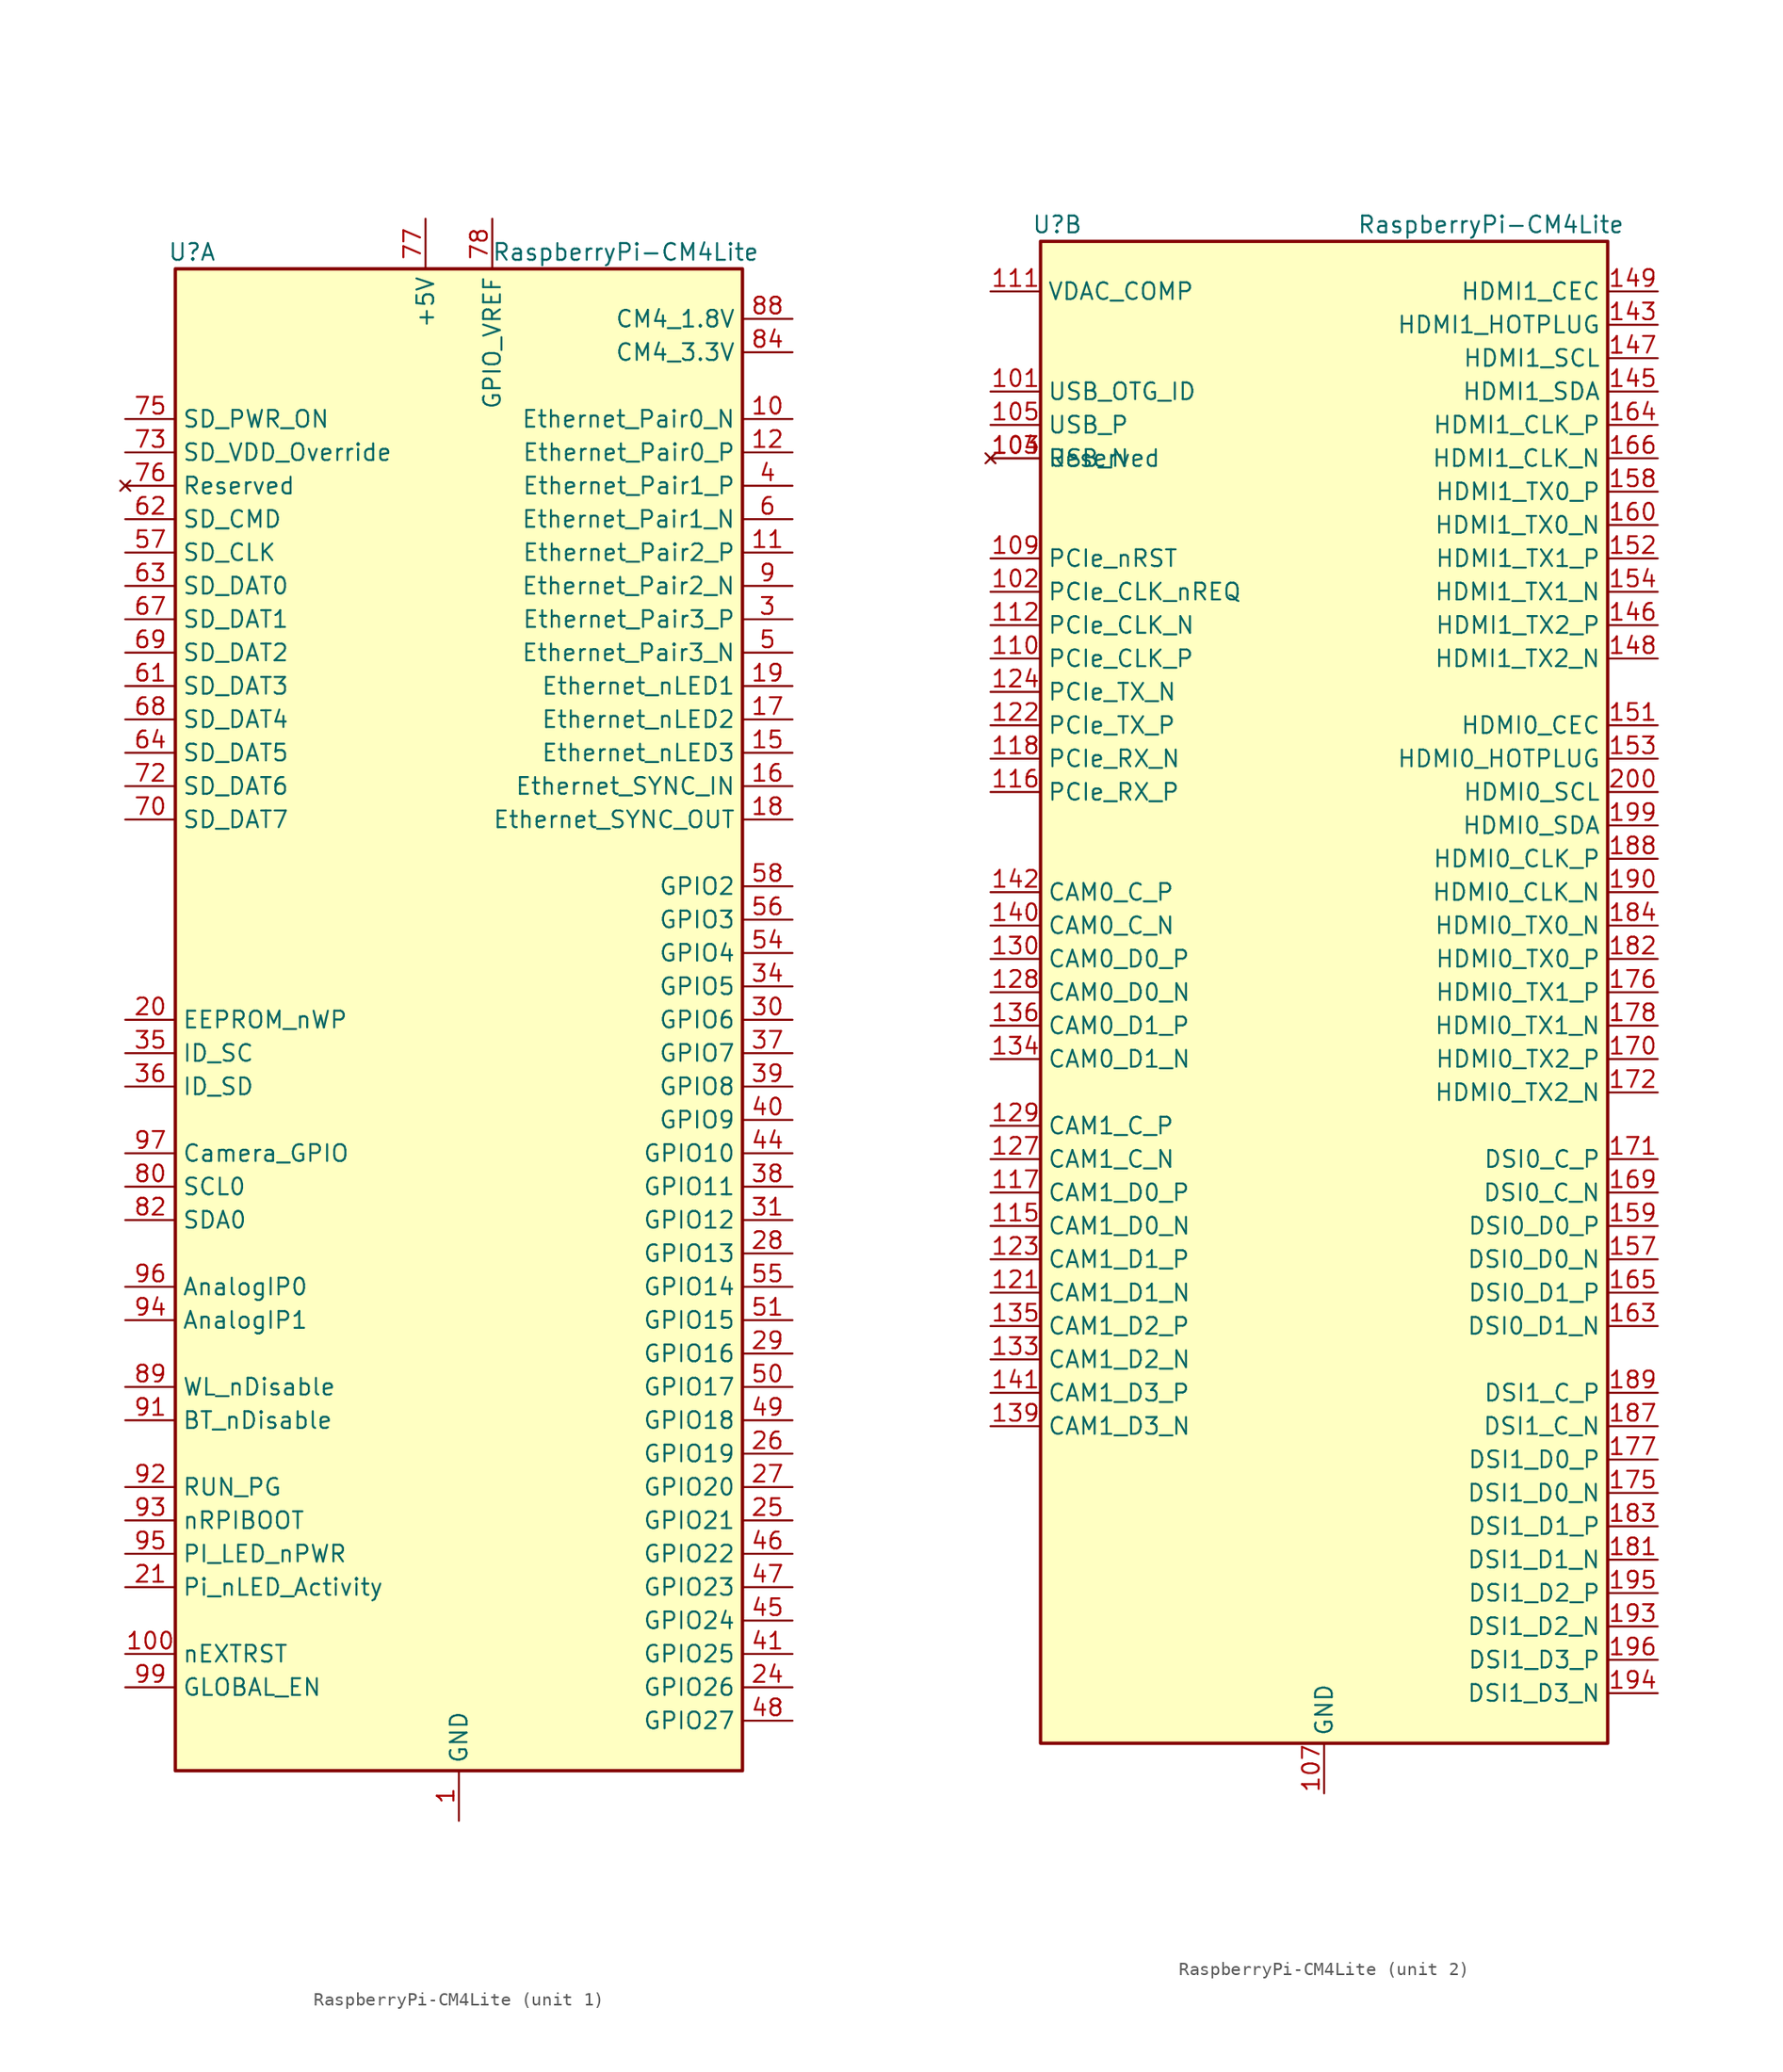
<source format=kicad_sym>
(kicad_symbol_lib
  (version 20211014)
  (generator kicad_symbol_editor)
  (symbol "RaspberryPi-CM4Lite"
    (property "Reference" "U"
      (at -20.32 58.42 0)
      (effects (font (size 1.27 1.27))))
    (property "Value" "RaspberryPi-CM4Lite"
      (at 12.7 58.42 0)
      (effects (font (size 1.27 1.27))))
    (symbol "RaspberryPi-CM4Lite_0_1"
      (rectangle (start 21.59 57.15) (end -21.59 -57.15) (stroke (width 0.254) (type default) (color 0 0 0 0)) (fill (type background))))
    (symbol "RaspberryPi-CM4Lite_1_1"
      (pin power_in line (at 0 -60.96 90) (length 3.81) (name "GND" (effects (font (size 1.27 1.27)))) (number "1" (effects (font (size 1.27 1.27)))))
      (pin bidirectional line (at 25.4 45.72 180) (length 3.81) (name "Ethernet_Pair0_N" (effects (font (size 1.27 1.27)))) (number "10" (effects (font (size 1.27 1.27)))))
      (pin output line (at -25.4 -48.26 0) (length 3.81) (name "nEXTRST" (effects (font (size 1.27 1.27)))) (number "100" (effects (font (size 1.27 1.27)))))
      (pin bidirectional line (at 25.4 35.56 180) (length 3.81) (name "Ethernet_Pair2_P" (effects (font (size 1.27 1.27)))) (number "11" (effects (font (size 1.27 1.27)))))
      (pin bidirectional line (at 25.4 43.18 180) (length 3.81) (name "Ethernet_Pair0_P" (effects (font (size 1.27 1.27)))) (number "12" (effects (font (size 1.27 1.27)))))
      (pin passive line (at 0 -60.96 90) (length 3.81) hide (name "GND" (effects (font (size 1.27 1.27)))) (number "13" (effects (font (size 1.27 1.27)))))
      (pin passive line (at 0 -60.96 90) (length 3.81) hide (name "GND" (effects (font (size 1.27 1.27)))) (number "14" (effects (font (size 1.27 1.27)))))
      (pin output line (at 25.4 20.32 180) (length 3.81) (name "Ethernet_nLED3" (effects (font (size 1.27 1.27)))) (number "15" (effects (font (size 1.27 1.27)))))
      (pin input line (at 25.4 17.78 180) (length 3.81) (name "Ethernet_SYNC_IN" (effects (font (size 1.27 1.27)))) (number "16" (effects (font (size 1.27 1.27)))))
      (pin output line (at 25.4 22.86 180) (length 3.81) (name "Ethernet_nLED2" (effects (font (size 1.27 1.27)))) (number "17" (effects (font (size 1.27 1.27)))))
      (pin output line (at 25.4 15.24 180) (length 3.81) (name "Ethernet_SYNC_OUT" (effects (font (size 1.27 1.27)))) (number "18" (effects (font (size 1.27 1.27)))))
      (pin output line (at 25.4 25.4 180) (length 3.81) (name "Ethernet_nLED1" (effects (font (size 1.27 1.27)))) (number "19" (effects (font (size 1.27 1.27)))))
      (pin passive line (at 0 -60.96 90) (length 3.81) hide (name "GND" (effects (font (size 1.27 1.27)))) (number "2" (effects (font (size 1.27 1.27)))))
      (pin input line (at -25.4 0 0) (length 3.81) (name "EEPROM_nWP" (effects (font (size 1.27 1.27)))) (number "20" (effects (font (size 1.27 1.27)))))
      (pin input line (at -25.4 -43.18 0) (length 3.81) (name "Pi_nLED_Activity" (effects (font (size 1.27 1.27)))) (number "21" (effects (font (size 1.27 1.27)))))
      (pin passive line (at 0 -60.96 90) (length 3.81) hide (name "GND" (effects (font (size 1.27 1.27)))) (number "22" (effects (font (size 1.27 1.27)))))
      (pin passive line (at 0 -60.96 90) (length 3.81) hide (name "GND" (effects (font (size 1.27 1.27)))) (number "23" (effects (font (size 1.27 1.27)))))
      (pin bidirectional line (at 25.4 -50.8 180) (length 3.81) (name "GPIO26" (effects (font (size 1.27 1.27)))) (number "24" (effects (font (size 1.27 1.27)))))
      (pin bidirectional line (at 25.4 -38.1 180) (length 3.81) (name "GPIO21" (effects (font (size 1.27 1.27)))) (number "25" (effects (font (size 1.27 1.27)))))
      (pin bidirectional line (at 25.4 -33.02 180) (length 3.81) (name "GPIO19" (effects (font (size 1.27 1.27)))) (number "26" (effects (font (size 1.27 1.27)))))
      (pin bidirectional line (at 25.4 -35.56 180) (length 3.81) (name "GPIO20" (effects (font (size 1.27 1.27)))) (number "27" (effects (font (size 1.27 1.27)))))
      (pin bidirectional line (at 25.4 -17.78 180) (length 3.81) (name "GPIO13" (effects (font (size 1.27 1.27)))) (number "28" (effects (font (size 1.27 1.27)))))
      (pin bidirectional line (at 25.4 -25.4 180) (length 3.81) (name "GPIO16" (effects (font (size 1.27 1.27)))) (number "29" (effects (font (size 1.27 1.27)))))
      (pin bidirectional line (at 25.4 30.48 180) (length 3.81) (name "Ethernet_Pair3_P" (effects (font (size 1.27 1.27)))) (number "3" (effects (font (size 1.27 1.27)))))
      (pin bidirectional line (at 25.4 0 180) (length 3.81) (name "GPIO6" (effects (font (size 1.27 1.27)))) (number "30" (effects (font (size 1.27 1.27)))))
      (pin bidirectional line (at 25.4 -15.24 180) (length 3.81) (name "GPIO12" (effects (font (size 1.27 1.27)))) (number "31" (effects (font (size 1.27 1.27)))))
      (pin passive line (at 0 -60.96 90) (length 3.81) hide (name "GND" (effects (font (size 1.27 1.27)))) (number "32" (effects (font (size 1.27 1.27)))))
      (pin passive line (at 0 -60.96 90) (length 3.81) hide (name "GND" (effects (font (size 1.27 1.27)))) (number "33" (effects (font (size 1.27 1.27)))))
      (pin bidirectional line (at 25.4 2.54 180) (length 3.81) (name "GPIO5" (effects (font (size 1.27 1.27)))) (number "34" (effects (font (size 1.27 1.27)))))
      (pin bidirectional line (at -25.4 -2.54 0) (length 3.81) (name "ID_SC" (effects (font (size 1.27 1.27)))) (number "35" (effects (font (size 1.27 1.27)))))
      (pin bidirectional line (at -25.4 -5.08 0) (length 3.81) (name "ID_SD" (effects (font (size 1.27 1.27)))) (number "36" (effects (font (size 1.27 1.27)))))
      (pin bidirectional line (at 25.4 -2.54 180) (length 3.81) (name "GPIO7" (effects (font (size 1.27 1.27)))) (number "37" (effects (font (size 1.27 1.27)))))
      (pin bidirectional line (at 25.4 -12.7 180) (length 3.81) (name "GPIO11" (effects (font (size 1.27 1.27)))) (number "38" (effects (font (size 1.27 1.27)))))
      (pin bidirectional line (at 25.4 -5.08 180) (length 3.81) (name "GPIO8" (effects (font (size 1.27 1.27)))) (number "39" (effects (font (size 1.27 1.27)))))
      (pin bidirectional line (at 25.4 40.64 180) (length 3.81) (name "Ethernet_Pair1_P" (effects (font (size 1.27 1.27)))) (number "4" (effects (font (size 1.27 1.27)))))
      (pin bidirectional line (at 25.4 -7.62 180) (length 3.81) (name "GPIO9" (effects (font (size 1.27 1.27)))) (number "40" (effects (font (size 1.27 1.27)))))
      (pin bidirectional line (at 25.4 -48.26 180) (length 3.81) (name "GPIO25" (effects (font (size 1.27 1.27)))) (number "41" (effects (font (size 1.27 1.27)))))
      (pin passive line (at 0 -60.96 90) (length 3.81) hide (name "GND" (effects (font (size 1.27 1.27)))) (number "42" (effects (font (size 1.27 1.27)))))
      (pin passive line (at 0 -60.96 90) (length 3.81) hide (name "GND" (effects (font (size 1.27 1.27)))) (number "43" (effects (font (size 1.27 1.27)))))
      (pin bidirectional line (at 25.4 -10.16 180) (length 3.81) (name "GPIO10" (effects (font (size 1.27 1.27)))) (number "44" (effects (font (size 1.27 1.27)))))
      (pin bidirectional line (at 25.4 -45.72 180) (length 3.81) (name "GPIO24" (effects (font (size 1.27 1.27)))) (number "45" (effects (font (size 1.27 1.27)))))
      (pin bidirectional line (at 25.4 -40.64 180) (length 3.81) (name "GPIO22" (effects (font (size 1.27 1.27)))) (number "46" (effects (font (size 1.27 1.27)))))
      (pin bidirectional line (at 25.4 -43.18 180) (length 3.81) (name "GPIO23" (effects (font (size 1.27 1.27)))) (number "47" (effects (font (size 1.27 1.27)))))
      (pin bidirectional line (at 25.4 -53.34 180) (length 3.81) (name "GPIO27" (effects (font (size 1.27 1.27)))) (number "48" (effects (font (size 1.27 1.27)))))
      (pin bidirectional line (at 25.4 -30.48 180) (length 3.81) (name "GPIO18" (effects (font (size 1.27 1.27)))) (number "49" (effects (font (size 1.27 1.27)))))
      (pin bidirectional line (at 25.4 27.94 180) (length 3.81) (name "Ethernet_Pair3_N" (effects (font (size 1.27 1.27)))) (number "5" (effects (font (size 1.27 1.27)))))
      (pin bidirectional line (at 25.4 -27.94 180) (length 3.81) (name "GPIO17" (effects (font (size 1.27 1.27)))) (number "50" (effects (font (size 1.27 1.27)))))
      (pin bidirectional line (at 25.4 -22.86 180) (length 3.81) (name "GPIO15" (effects (font (size 1.27 1.27)))) (number "51" (effects (font (size 1.27 1.27)))))
      (pin passive line (at 0 -60.96 90) (length 3.81) hide (name "GND" (effects (font (size 1.27 1.27)))) (number "52" (effects (font (size 1.27 1.27)))))
      (pin passive line (at 0 -60.96 90) (length 3.81) hide (name "GND" (effects (font (size 1.27 1.27)))) (number "53" (effects (font (size 1.27 1.27)))))
      (pin bidirectional line (at 25.4 5.08 180) (length 3.81) (name "GPIO4" (effects (font (size 1.27 1.27)))) (number "54" (effects (font (size 1.27 1.27)))))
      (pin bidirectional line (at 25.4 -20.32 180) (length 3.81) (name "GPIO14" (effects (font (size 1.27 1.27)))) (number "55" (effects (font (size 1.27 1.27)))))
      (pin bidirectional line (at 25.4 7.62 180) (length 3.81) (name "GPIO3" (effects (font (size 1.27 1.27)))) (number "56" (effects (font (size 1.27 1.27)))))
      (pin output line (at -25.4 35.56 0) (length 3.81) (name "SD_CLK" (effects (font (size 1.27 1.27)))) (number "57" (effects (font (size 1.27 1.27)))))
      (pin bidirectional line (at 25.4 10.16 180) (length 3.81) (name "GPIO2" (effects (font (size 1.27 1.27)))) (number "58" (effects (font (size 1.27 1.27)))))
      (pin passive line (at 0 -60.96 90) (length 3.81) hide (name "GND" (effects (font (size 1.27 1.27)))) (number "59" (effects (font (size 1.27 1.27)))))
      (pin bidirectional line (at 25.4 38.1 180) (length 3.81) (name "Ethernet_Pair1_N" (effects (font (size 1.27 1.27)))) (number "6" (effects (font (size 1.27 1.27)))))
      (pin passive line (at 0 -60.96 90) (length 3.81) hide (name "GND" (effects (font (size 1.27 1.27)))) (number "60" (effects (font (size 1.27 1.27)))))
      (pin bidirectional line (at -25.4 25.4 0) (length 3.81) (name "SD_DAT3" (effects (font (size 1.27 1.27)))) (number "61" (effects (font (size 1.27 1.27)))))
      (pin output line (at -25.4 38.1 0) (length 3.81) (name "SD_CMD" (effects (font (size 1.27 1.27)))) (number "62" (effects (font (size 1.27 1.27)))))
      (pin bidirectional line (at -25.4 33.02 0) (length 3.81) (name "SD_DAT0" (effects (font (size 1.27 1.27)))) (number "63" (effects (font (size 1.27 1.27)))))
      (pin bidirectional line (at -25.4 20.32 0) (length 3.81) (name "SD_DAT5" (effects (font (size 1.27 1.27)))) (number "64" (effects (font (size 1.27 1.27)))))
      (pin passive line (at 0 -60.96 90) (length 3.81) hide (name "GND" (effects (font (size 1.27 1.27)))) (number "65" (effects (font (size 1.27 1.27)))))
      (pin passive line (at 0 -60.96 90) (length 3.81) hide (name "GND" (effects (font (size 1.27 1.27)))) (number "66" (effects (font (size 1.27 1.27)))))
      (pin bidirectional line (at -25.4 30.48 0) (length 3.81) (name "SD_DAT1" (effects (font (size 1.27 1.27)))) (number "67" (effects (font (size 1.27 1.27)))))
      (pin bidirectional line (at -25.4 22.86 0) (length 3.81) (name "SD_DAT4" (effects (font (size 1.27 1.27)))) (number "68" (effects (font (size 1.27 1.27)))))
      (pin bidirectional line (at -25.4 27.94 0) (length 3.81) (name "SD_DAT2" (effects (font (size 1.27 1.27)))) (number "69" (effects (font (size 1.27 1.27)))))
      (pin passive line (at 0 -60.96 90) (length 3.81) hide (name "GND" (effects (font (size 1.27 1.27)))) (number "7" (effects (font (size 1.27 1.27)))))
      (pin bidirectional line (at -25.4 15.24 0) (length 3.81) (name "SD_DAT7" (effects (font (size 1.27 1.27)))) (number "70" (effects (font (size 1.27 1.27)))))
      (pin passive line (at 0 -60.96 90) (length 3.81) hide (name "GND" (effects (font (size 1.27 1.27)))) (number "71" (effects (font (size 1.27 1.27)))))
      (pin bidirectional line (at -25.4 17.78 0) (length 3.81) (name "SD_DAT6" (effects (font (size 1.27 1.27)))) (number "72" (effects (font (size 1.27 1.27)))))
      (pin input line (at -25.4 43.18 0) (length 3.81) (name "SD_VDD_Override" (effects (font (size 1.27 1.27)))) (number "73" (effects (font (size 1.27 1.27)))))
      (pin passive line (at 0 -60.96 90) (length 3.81) hide (name "GND" (effects (font (size 1.27 1.27)))) (number "74" (effects (font (size 1.27 1.27)))))
      (pin output line (at -25.4 45.72 0) (length 3.81) (name "SD_PWR_ON" (effects (font (size 1.27 1.27)))) (number "75" (effects (font (size 1.27 1.27)))))
      (pin no_connect line (at -25.4 40.64 0) (length 3.81) (name "Reserved" (effects (font (size 1.27 1.27)))) (number "76" (effects (font (size 1.27 1.27)))) (alternate "SD_DETECT" input line))
      (pin power_in line (at -2.54 60.96 270) (length 3.81) (name "+5V" (effects (font (size 1.27 1.27)))) (number "77" (effects (font (size 1.27 1.27)))))
      (pin power_in line (at 2.54 60.96 270) (length 3.81) (name "GPIO_VREF" (effects (font (size 1.27 1.27)))) (number "78" (effects (font (size 1.27 1.27)))))
      (pin passive line (at -2.54 60.96 270) (length 3.81) hide (name "+5V" (effects (font (size 1.27 1.27)))) (number "79" (effects (font (size 1.27 1.27)))))
      (pin passive line (at 0 -60.96 90) (length 3.81) hide (name "GND" (effects (font (size 1.27 1.27)))) (number "8" (effects (font (size 1.27 1.27)))))
      (pin output line (at -25.4 -12.7 0) (length 3.81) (name "SCL0" (effects (font (size 1.27 1.27)))) (number "80" (effects (font (size 1.27 1.27)))))
      (pin passive line (at -2.54 60.96 270) (length 3.81) hide (name "+5V" (effects (font (size 1.27 1.27)))) (number "81" (effects (font (size 1.27 1.27)))))
      (pin bidirectional line (at -25.4 -15.24 0) (length 3.81) (name "SDA0" (effects (font (size 1.27 1.27)))) (number "82" (effects (font (size 1.27 1.27)))))
      (pin passive line (at -2.54 60.96 270) (length 3.81) hide (name "+5V" (effects (font (size 1.27 1.27)))) (number "83" (effects (font (size 1.27 1.27)))))
      (pin power_out line (at 25.4 50.8 180) (length 3.81) (name "CM4_3.3V" (effects (font (size 1.27 1.27)))) (number "84" (effects (font (size 1.27 1.27)))))
      (pin passive line (at -2.54 60.96 270) (length 3.81) hide (name "+5V" (effects (font (size 1.27 1.27)))) (number "85" (effects (font (size 1.27 1.27)))))
      (pin passive line (at 25.4 50.8 180) (length 3.81) hide (name "CM4_3.3V" (effects (font (size 1.27 1.27)))) (number "86" (effects (font (size 1.27 1.27)))))
      (pin passive line (at -2.54 60.96 270) (length 3.81) hide (name "+5V" (effects (font (size 1.27 1.27)))) (number "87" (effects (font (size 1.27 1.27)))))
      (pin power_out line (at 25.4 53.34 180) (length 3.81) (name "CM4_1.8V" (effects (font (size 1.27 1.27)))) (number "88" (effects (font (size 1.27 1.27)))))
      (pin input line (at -25.4 -27.94 0) (length 3.81) (name "WL_nDisable" (effects (font (size 1.27 1.27)))) (number "89" (effects (font (size 1.27 1.27)))))
      (pin bidirectional line (at 25.4 33.02 180) (length 3.81) (name "Ethernet_Pair2_N" (effects (font (size 1.27 1.27)))) (number "9" (effects (font (size 1.27 1.27)))))
      (pin passive line (at 25.4 53.34 180) (length 3.81) hide (name "CM4_1.8V" (effects (font (size 1.27 1.27)))) (number "90" (effects (font (size 1.27 1.27)))))
      (pin input line (at -25.4 -30.48 0) (length 3.81) (name "BT_nDisable" (effects (font (size 1.27 1.27)))) (number "91" (effects (font (size 1.27 1.27)))))
      (pin bidirectional line (at -25.4 -35.56 0) (length 3.81) (name "RUN_PG" (effects (font (size 1.27 1.27)))) (number "92" (effects (font (size 1.27 1.27)))))
      (pin input line (at -25.4 -38.1 0) (length 3.81) (name "nRPIBOOT" (effects (font (size 1.27 1.27)))) (number "93" (effects (font (size 1.27 1.27)))))
      (pin input line (at -25.4 -22.86 0) (length 3.81) (name "AnalogIP1" (effects (font (size 1.27 1.27)))) (number "94" (effects (font (size 1.27 1.27)))))
      (pin output line (at -25.4 -40.64 0) (length 3.81) (name "PI_LED_nPWR" (effects (font (size 1.27 1.27)))) (number "95" (effects (font (size 1.27 1.27)))))
      (pin input line (at -25.4 -20.32 0) (length 3.81) (name "AnalogIP0" (effects (font (size 1.27 1.27)))) (number "96" (effects (font (size 1.27 1.27)))))
      (pin input line (at -25.4 -10.16 0) (length 3.81) (name "Camera_GPIO" (effects (font (size 1.27 1.27)))) (number "97" (effects (font (size 1.27 1.27)))))
      (pin passive line (at 0 -60.96 90) (length 3.81) hide (name "GND" (effects (font (size 1.27 1.27)))) (number "98" (effects (font (size 1.27 1.27)))))
      (pin input line (at -25.4 -50.8 0) (length 3.81) (name "GLOBAL_EN" (effects (font (size 1.27 1.27)))) (number "99" (effects (font (size 1.27 1.27))))))
    (symbol "RaspberryPi-CM4Lite_2_1"
      (pin input line (at -25.4 45.72 0) (length 3.81) (name "USB_OTG_ID" (effects (font (size 1.27 1.27)))) (number "101" (effects (font (size 1.27 1.27)))))
      (pin input line (at -25.4 30.48 0) (length 3.81) (name "PCIe_CLK_nREQ" (effects (font (size 1.27 1.27)))) (number "102" (effects (font (size 1.27 1.27)))))
      (pin bidirectional line (at -25.4 40.64 0) (length 3.81) (name "USB_N" (effects (font (size 1.27 1.27)))) (number "103" (effects (font (size 1.27 1.27)))))
      (pin no_connect line (at -25.4 40.64 0) (length 3.81) (name "Reserved" (effects (font (size 1.27 1.27)))) (number "104" (effects (font (size 1.27 1.27)))))
      (pin bidirectional line (at -25.4 43.18 0) (length 3.81) (name "USB_P" (effects (font (size 1.27 1.27)))) (number "105" (effects (font (size 1.27 1.27)))))
      (pin no_connect line (at -20.32 -55.88 0) (length 3.81) hide (name "Reserved" (effects (font (size 1.27 1.27)))) (number "106" (effects (font (size 1.27 1.27)))))
      (pin power_in line (at 0 -60.96 90) (length 3.81) (name "GND" (effects (font (size 1.27 1.27)))) (number "107" (effects (font (size 1.27 1.27)))))
      (pin passive line (at 0 -60.96 90) (length 3.81) hide (name "GND" (effects (font (size 1.27 1.27)))) (number "108" (effects (font (size 1.27 1.27)))))
      (pin output line (at -25.4 33.02 0) (length 3.81) (name "PCIe_nRST" (effects (font (size 1.27 1.27)))) (number "109" (effects (font (size 1.27 1.27)))))
      (pin output line (at -25.4 25.4 0) (length 3.81) (name "PCIe_CLK_P" (effects (font (size 1.27 1.27)))) (number "110" (effects (font (size 1.27 1.27)))))
      (pin output line (at -25.4 53.34 0) (length 3.81) (name "VDAC_COMP" (effects (font (size 1.27 1.27)))) (number "111" (effects (font (size 1.27 1.27)))))
      (pin output line (at -25.4 27.94 0) (length 3.81) (name "PCIe_CLK_N" (effects (font (size 1.27 1.27)))) (number "112" (effects (font (size 1.27 1.27)))))
      (pin passive line (at 0 -60.96 90) (length 3.81) hide (name "GND" (effects (font (size 1.27 1.27)))) (number "113" (effects (font (size 1.27 1.27)))))
      (pin passive line (at 0 -60.96 90) (length 3.81) hide (name "GND" (effects (font (size 1.27 1.27)))) (number "114" (effects (font (size 1.27 1.27)))))
      (pin input line (at -25.4 -17.78 0) (length 3.81) (name "CAM1_D0_N" (effects (font (size 1.27 1.27)))) (number "115" (effects (font (size 1.27 1.27)))))
      (pin input line (at -25.4 15.24 0) (length 3.81) (name "PCIe_RX_P" (effects (font (size 1.27 1.27)))) (number "116" (effects (font (size 1.27 1.27)))))
      (pin input line (at -25.4 -15.24 0) (length 3.81) (name "CAM1_D0_P" (effects (font (size 1.27 1.27)))) (number "117" (effects (font (size 1.27 1.27)))))
      (pin input line (at -25.4 17.78 0) (length 3.81) (name "PCIe_RX_N" (effects (font (size 1.27 1.27)))) (number "118" (effects (font (size 1.27 1.27)))))
      (pin passive line (at 0 -60.96 90) (length 3.81) hide (name "GND" (effects (font (size 1.27 1.27)))) (number "119" (effects (font (size 1.27 1.27)))))
      (pin passive line (at 0 -60.96 90) (length 3.81) hide (name "GND" (effects (font (size 1.27 1.27)))) (number "120" (effects (font (size 1.27 1.27)))))
      (pin input line (at -25.4 -22.86 0) (length 3.81) (name "CAM1_D1_N" (effects (font (size 1.27 1.27)))) (number "121" (effects (font (size 1.27 1.27)))))
      (pin output line (at -25.4 20.32 0) (length 3.81) (name "PCIe_TX_P" (effects (font (size 1.27 1.27)))) (number "122" (effects (font (size 1.27 1.27)))))
      (pin input line (at -25.4 -20.32 0) (length 3.81) (name "CAM1_D1_P" (effects (font (size 1.27 1.27)))) (number "123" (effects (font (size 1.27 1.27)))))
      (pin output line (at -25.4 22.86 0) (length 3.81) (name "PCIe_TX_N" (effects (font (size 1.27 1.27)))) (number "124" (effects (font (size 1.27 1.27)))))
      (pin passive line (at 0 -60.96 90) (length 3.81) hide (name "GND" (effects (font (size 1.27 1.27)))) (number "125" (effects (font (size 1.27 1.27)))))
      (pin passive line (at 0 -60.96 90) (length 3.81) hide (name "GND" (effects (font (size 1.27 1.27)))) (number "126" (effects (font (size 1.27 1.27)))))
      (pin input line (at -25.4 -12.7 0) (length 3.81) (name "CAM1_C_N" (effects (font (size 1.27 1.27)))) (number "127" (effects (font (size 1.27 1.27)))))
      (pin input line (at -25.4 0 0) (length 3.81) (name "CAM0_D0_N" (effects (font (size 1.27 1.27)))) (number "128" (effects (font (size 1.27 1.27)))))
      (pin input line (at -25.4 -10.16 0) (length 3.81) (name "CAM1_C_P" (effects (font (size 1.27 1.27)))) (number "129" (effects (font (size 1.27 1.27)))))
      (pin input line (at -25.4 2.54 0) (length 3.81) (name "CAM0_D0_P" (effects (font (size 1.27 1.27)))) (number "130" (effects (font (size 1.27 1.27)))))
      (pin passive line (at 0 -60.96 90) (length 3.81) hide (name "GND" (effects (font (size 1.27 1.27)))) (number "131" (effects (font (size 1.27 1.27)))))
      (pin passive line (at 0 -60.96 90) (length 3.81) hide (name "GND" (effects (font (size 1.27 1.27)))) (number "132" (effects (font (size 1.27 1.27)))))
      (pin input line (at -25.4 -27.94 0) (length 3.81) (name "CAM1_D2_N" (effects (font (size 1.27 1.27)))) (number "133" (effects (font (size 1.27 1.27)))))
      (pin input line (at -25.4 -5.08 0) (length 3.81) (name "CAM0_D1_N" (effects (font (size 1.27 1.27)))) (number "134" (effects (font (size 1.27 1.27)))))
      (pin input line (at -25.4 -25.4 0) (length 3.81) (name "CAM1_D2_P" (effects (font (size 1.27 1.27)))) (number "135" (effects (font (size 1.27 1.27)))))
      (pin input line (at -25.4 -2.54 0) (length 3.81) (name "CAM0_D1_P" (effects (font (size 1.27 1.27)))) (number "136" (effects (font (size 1.27 1.27)))))
      (pin passive line (at 0 -60.96 90) (length 3.81) hide (name "GND" (effects (font (size 1.27 1.27)))) (number "137" (effects (font (size 1.27 1.27)))))
      (pin passive line (at 0 -60.96 90) (length 3.81) hide (name "GND" (effects (font (size 1.27 1.27)))) (number "138" (effects (font (size 1.27 1.27)))))
      (pin input line (at -25.4 -33.02 0) (length 3.81) (name "CAM1_D3_N" (effects (font (size 1.27 1.27)))) (number "139" (effects (font (size 1.27 1.27)))))
      (pin input line (at -25.4 5.08 0) (length 3.81) (name "CAM0_C_N" (effects (font (size 1.27 1.27)))) (number "140" (effects (font (size 1.27 1.27)))))
      (pin input line (at -25.4 -30.48 0) (length 3.81) (name "CAM1_D3_P" (effects (font (size 1.27 1.27)))) (number "141" (effects (font (size 1.27 1.27)))))
      (pin input line (at -25.4 7.62 0) (length 3.81) (name "CAM0_C_P" (effects (font (size 1.27 1.27)))) (number "142" (effects (font (size 1.27 1.27)))))
      (pin input line (at 25.4 50.8 180) (length 3.81) (name "HDMI1_HOTPLUG" (effects (font (size 1.27 1.27)))) (number "143" (effects (font (size 1.27 1.27)))))
      (pin passive line (at 0 -60.96 90) (length 3.81) hide (name "GND" (effects (font (size 1.27 1.27)))) (number "144" (effects (font (size 1.27 1.27)))))
      (pin bidirectional line (at 25.4 45.72 180) (length 3.81) (name "HDMI1_SDA" (effects (font (size 1.27 1.27)))) (number "145" (effects (font (size 1.27 1.27)))))
      (pin output line (at 25.4 27.94 180) (length 3.81) (name "HDMI1_TX2_P" (effects (font (size 1.27 1.27)))) (number "146" (effects (font (size 1.27 1.27)))))
      (pin input line (at 25.4 48.26 180) (length 3.81) (name "HDMI1_SCL" (effects (font (size 1.27 1.27)))) (number "147" (effects (font (size 1.27 1.27)))))
      (pin output line (at 25.4 25.4 180) (length 3.81) (name "HDMI1_TX2_N" (effects (font (size 1.27 1.27)))) (number "148" (effects (font (size 1.27 1.27)))))
      (pin input line (at 25.4 53.34 180) (length 3.81) (name "HDMI1_CEC" (effects (font (size 1.27 1.27)))) (number "149" (effects (font (size 1.27 1.27)))))
      (pin passive line (at 0 -60.96 90) (length 3.81) hide (name "GND" (effects (font (size 1.27 1.27)))) (number "150" (effects (font (size 1.27 1.27)))))
      (pin input line (at 25.4 20.32 180) (length 3.81) (name "HDMI0_CEC" (effects (font (size 1.27 1.27)))) (number "151" (effects (font (size 1.27 1.27)))))
      (pin output line (at 25.4 33.02 180) (length 3.81) (name "HDMI1_TX1_P" (effects (font (size 1.27 1.27)))) (number "152" (effects (font (size 1.27 1.27)))))
      (pin input line (at 25.4 17.78 180) (length 3.81) (name "HDMI0_HOTPLUG" (effects (font (size 1.27 1.27)))) (number "153" (effects (font (size 1.27 1.27)))))
      (pin output line (at 25.4 30.48 180) (length 3.81) (name "HDMI1_TX1_N" (effects (font (size 1.27 1.27)))) (number "154" (effects (font (size 1.27 1.27)))))
      (pin passive line (at 0 -60.96 90) (length 3.81) hide (name "GND" (effects (font (size 1.27 1.27)))) (number "155" (effects (font (size 1.27 1.27)))))
      (pin passive line (at 0 -60.96 90) (length 3.81) hide (name "GND" (effects (font (size 1.27 1.27)))) (number "156" (effects (font (size 1.27 1.27)))))
      (pin output line (at 25.4 -20.32 180) (length 3.81) (name "DSI0_D0_N" (effects (font (size 1.27 1.27)))) (number "157" (effects (font (size 1.27 1.27)))))
      (pin output line (at 25.4 38.1 180) (length 3.81) (name "HDMI1_TX0_P" (effects (font (size 1.27 1.27)))) (number "158" (effects (font (size 1.27 1.27)))))
      (pin output line (at 25.4 -17.78 180) (length 3.81) (name "DSI0_D0_P" (effects (font (size 1.27 1.27)))) (number "159" (effects (font (size 1.27 1.27)))))
      (pin output line (at 25.4 35.56 180) (length 3.81) (name "HDMI1_TX0_N" (effects (font (size 1.27 1.27)))) (number "160" (effects (font (size 1.27 1.27)))))
      (pin passive line (at 0 -60.96 90) (length 3.81) hide (name "GND" (effects (font (size 1.27 1.27)))) (number "161" (effects (font (size 1.27 1.27)))))
      (pin passive line (at 0 -60.96 90) (length 3.81) hide (name "GND" (effects (font (size 1.27 1.27)))) (number "162" (effects (font (size 1.27 1.27)))))
      (pin output line (at 25.4 -25.4 180) (length 3.81) (name "DSI0_D1_N" (effects (font (size 1.27 1.27)))) (number "163" (effects (font (size 1.27 1.27)))))
      (pin output line (at 25.4 43.18 180) (length 3.81) (name "HDMI1_CLK_P" (effects (font (size 1.27 1.27)))) (number "164" (effects (font (size 1.27 1.27)))))
      (pin output line (at 25.4 -22.86 180) (length 3.81) (name "DSI0_D1_P" (effects (font (size 1.27 1.27)))) (number "165" (effects (font (size 1.27 1.27)))))
      (pin output line (at 25.4 40.64 180) (length 3.81) (name "HDMI1_CLK_N" (effects (font (size 1.27 1.27)))) (number "166" (effects (font (size 1.27 1.27)))))
      (pin passive line (at 0 -60.96 90) (length 3.81) hide (name "GND" (effects (font (size 1.27 1.27)))) (number "167" (effects (font (size 1.27 1.27)))))
      (pin passive line (at 0 -60.96 90) (length 3.81) hide (name "GND" (effects (font (size 1.27 1.27)))) (number "168" (effects (font (size 1.27 1.27)))))
      (pin output line (at 25.4 -15.24 180) (length 3.81) (name "DSI0_C_N" (effects (font (size 1.27 1.27)))) (number "169" (effects (font (size 1.27 1.27)))))
      (pin output line (at 25.4 -5.08 180) (length 3.81) (name "HDMI0_TX2_P" (effects (font (size 1.27 1.27)))) (number "170" (effects (font (size 1.27 1.27)))))
      (pin output line (at 25.4 -12.7 180) (length 3.81) (name "DSI0_C_P" (effects (font (size 1.27 1.27)))) (number "171" (effects (font (size 1.27 1.27)))))
      (pin output line (at 25.4 -7.62 180) (length 3.81) (name "HDMI0_TX2_N" (effects (font (size 1.27 1.27)))) (number "172" (effects (font (size 1.27 1.27)))))
      (pin passive line (at 0 -60.96 90) (length 3.81) hide (name "GND" (effects (font (size 1.27 1.27)))) (number "173" (effects (font (size 1.27 1.27)))))
      (pin passive line (at 0 -60.96 90) (length 3.81) hide (name "GND" (effects (font (size 1.27 1.27)))) (number "174" (effects (font (size 1.27 1.27)))))
      (pin output line (at 25.4 -38.1 180) (length 3.81) (name "DSI1_D0_N" (effects (font (size 1.27 1.27)))) (number "175" (effects (font (size 1.27 1.27)))))
      (pin output line (at 25.4 0 180) (length 3.81) (name "HDMI0_TX1_P" (effects (font (size 1.27 1.27)))) (number "176" (effects (font (size 1.27 1.27)))))
      (pin output line (at 25.4 -35.56 180) (length 3.81) (name "DSI1_D0_P" (effects (font (size 1.27 1.27)))) (number "177" (effects (font (size 1.27 1.27)))))
      (pin output line (at 25.4 -2.54 180) (length 3.81) (name "HDMI0_TX1_N" (effects (font (size 1.27 1.27)))) (number "178" (effects (font (size 1.27 1.27)))))
      (pin passive line (at 0 -60.96 90) (length 3.81) hide (name "GND" (effects (font (size 1.27 1.27)))) (number "179" (effects (font (size 1.27 1.27)))))
      (pin passive line (at 0 -60.96 90) (length 3.81) hide (name "GND" (effects (font (size 1.27 1.27)))) (number "180" (effects (font (size 1.27 1.27)))))
      (pin output line (at 25.4 -43.18 180) (length 3.81) (name "DSI1_D1_N" (effects (font (size 1.27 1.27)))) (number "181" (effects (font (size 1.27 1.27)))))
      (pin output line (at 25.4 2.54 180) (length 3.81) (name "HDMI0_TX0_P" (effects (font (size 1.27 1.27)))) (number "182" (effects (font (size 1.27 1.27)))))
      (pin output line (at 25.4 -40.64 180) (length 3.81) (name "DSI1_D1_P" (effects (font (size 1.27 1.27)))) (number "183" (effects (font (size 1.27 1.27)))))
      (pin output line (at 25.4 5.08 180) (length 3.81) (name "HDMI0_TX0_N" (effects (font (size 1.27 1.27)))) (number "184" (effects (font (size 1.27 1.27)))))
      (pin passive line (at 0 -60.96 90) (length 3.81) hide (name "GND" (effects (font (size 1.27 1.27)))) (number "185" (effects (font (size 1.27 1.27)))))
      (pin passive line (at 0 -60.96 90) (length 3.81) hide (name "GND" (effects (font (size 1.27 1.27)))) (number "186" (effects (font (size 1.27 1.27)))))
      (pin output line (at 25.4 -33.02 180) (length 3.81) (name "DSI1_C_N" (effects (font (size 1.27 1.27)))) (number "187" (effects (font (size 1.27 1.27)))))
      (pin output line (at 25.4 10.16 180) (length 3.81) (name "HDMI0_CLK_P" (effects (font (size 1.27 1.27)))) (number "188" (effects (font (size 1.27 1.27)))))
      (pin output line (at 25.4 -30.48 180) (length 3.81) (name "DSI1_C_P" (effects (font (size 1.27 1.27)))) (number "189" (effects (font (size 1.27 1.27)))))
      (pin output line (at 25.4 7.62 180) (length 3.81) (name "HDMI0_CLK_N" (effects (font (size 1.27 1.27)))) (number "190" (effects (font (size 1.27 1.27)))))
      (pin passive line (at 0 -60.96 90) (length 3.81) hide (name "GND" (effects (font (size 1.27 1.27)))) (number "191" (effects (font (size 1.27 1.27)))))
      (pin passive line (at 0 -60.96 90) (length 3.81) hide (name "GND" (effects (font (size 1.27 1.27)))) (number "192" (effects (font (size 1.27 1.27)))))
      (pin output line (at 25.4 -48.26 180) (length 3.81) (name "DSI1_D2_N" (effects (font (size 1.27 1.27)))) (number "193" (effects (font (size 1.27 1.27)))))
      (pin output line (at 25.4 -53.34 180) (length 3.81) (name "DSI1_D3_N" (effects (font (size 1.27 1.27)))) (number "194" (effects (font (size 1.27 1.27)))))
      (pin output line (at 25.4 -45.72 180) (length 3.81) (name "DSI1_D2_P" (effects (font (size 1.27 1.27)))) (number "195" (effects (font (size 1.27 1.27)))))
      (pin output line (at 25.4 -50.8 180) (length 3.81) (name "DSI1_D3_P" (effects (font (size 1.27 1.27)))) (number "196" (effects (font (size 1.27 1.27)))))
      (pin passive line (at 0 -60.96 90) (length 3.81) hide (name "GND" (effects (font (size 1.27 1.27)))) (number "197" (effects (font (size 1.27 1.27)))))
      (pin passive line (at 0 -60.96 90) (length 3.81) hide (name "GND" (effects (font (size 1.27 1.27)))) (number "198" (effects (font (size 1.27 1.27)))))
      (pin bidirectional line (at 25.4 12.7 180) (length 3.81) (name "HDMI0_SDA" (effects (font (size 1.27 1.27)))) (number "199" (effects (font (size 1.27 1.27)))))
      (pin bidirectional line (at 25.4 15.24 180) (length 3.81) (name "HDMI0_SCL" (effects (font (size 1.27 1.27)))) (number "200" (effects (font (size 1.27 1.27))))))))
</source>
